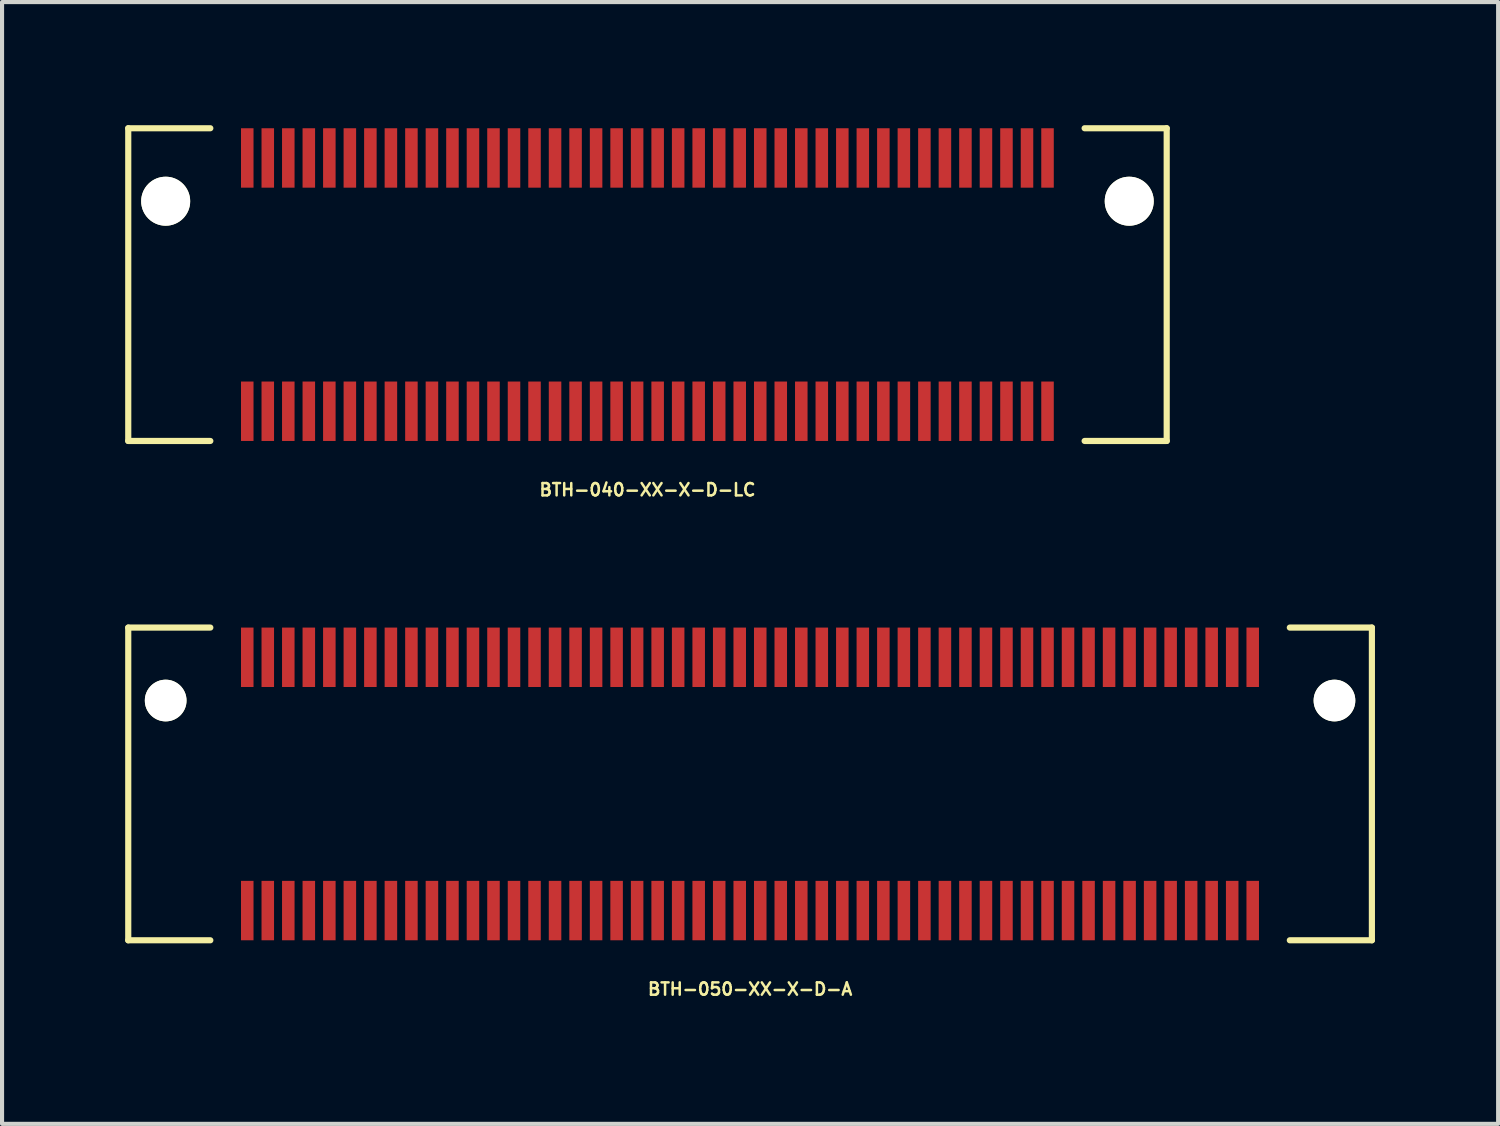
<source format=kicad_pcb>
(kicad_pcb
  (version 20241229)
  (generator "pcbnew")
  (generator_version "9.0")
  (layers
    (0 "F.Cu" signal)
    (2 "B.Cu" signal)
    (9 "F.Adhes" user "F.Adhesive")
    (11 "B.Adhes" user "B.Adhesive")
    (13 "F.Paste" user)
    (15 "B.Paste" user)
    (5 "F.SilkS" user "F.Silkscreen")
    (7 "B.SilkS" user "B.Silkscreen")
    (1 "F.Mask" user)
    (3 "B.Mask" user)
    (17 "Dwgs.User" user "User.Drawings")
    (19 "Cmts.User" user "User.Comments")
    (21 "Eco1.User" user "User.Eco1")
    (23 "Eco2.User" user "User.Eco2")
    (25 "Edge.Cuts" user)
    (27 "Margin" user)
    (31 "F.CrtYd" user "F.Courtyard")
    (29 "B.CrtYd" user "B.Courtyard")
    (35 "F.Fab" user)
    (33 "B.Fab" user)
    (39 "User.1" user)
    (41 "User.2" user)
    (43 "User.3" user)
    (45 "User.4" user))
  (footprint "BTH-040-XX-X-D-LC"
    (layer "F.Cu")
    (at 12.727 3.885)
    (property "Reference" "BTH-040-XX-X-D-LC" (at 0 5 0) (layer "F.SilkS") (effects (font (size 0.3 0.3) (thickness 0.061))))
    (attr smd)
    (fp_line (start -12.652 -3.81) (end -12.652 3.81) (stroke (width 0.15) (type solid)) (layer "F.SilkS"))
    (fp_line (start -12.652 3.81) (end -10.652 3.81) (stroke (width 0.15) (type solid)) (layer "F.SilkS"))
    (fp_line (start -10.652 -3.81) (end -12.652 -3.81) (stroke (width 0.15) (type solid)) (layer "F.SilkS"))
    (fp_line (start 10.652 -3.81) (end 12.652 -3.81) (stroke (width 0.15) (type solid)) (layer "F.SilkS"))
    (fp_line (start 12.652 -3.81) (end 12.652 3.81) (stroke (width 0.15) (type solid)) (layer "F.SilkS"))
    (fp_line (start 12.652 3.81) (end 10.652 3.81) (stroke (width 0.15) (type solid)) (layer "F.SilkS"))
    (pad "" np_thru_hole circle (at -11.74 -2.032) (size 1.194 1.194) (drill 1.194) (layers "*.Cu" "*.Mask" "F.SilkS"))
    (pad "" np_thru_hole circle (at 11.739 -2.032) (size 1.194 1.194) (drill 1.194) (layers "*.Cu" "*.Mask" "F.SilkS"))
    (pad "1" smd rect (at -9.752 -3.086) (size 0.305 1.448) (layers "F.Cu" "F.Mask" "F.Paste"))
    (pad "2" smd rect (at -9.752 3.086) (size 0.305 1.448) (layers "F.Cu" "F.Mask" "F.Paste"))
    (pad "3" smd rect (at -9.252 -3.086) (size 0.305 1.448) (layers "F.Cu" "F.Mask" "F.Paste"))
    (pad "4" smd rect (at -9.252 3.086) (size 0.305 1.448) (layers "F.Cu" "F.Mask" "F.Paste"))
    (pad "5" smd rect (at -8.752 -3.086) (size 0.305 1.448) (layers "F.Cu" "F.Mask" "F.Paste"))
    (pad "6" smd rect (at -8.752 3.086) (size 0.305 1.448) (layers "F.Cu" "F.Mask" "F.Paste"))
    (pad "7" smd rect (at -8.252 -3.086) (size 0.305 1.448) (layers "F.Cu" "F.Mask" "F.Paste"))
    (pad "8" smd rect (at -8.252 3.086) (size 0.305 1.448) (layers "F.Cu" "F.Mask" "F.Paste"))
    (pad "9" smd rect (at -7.752 -3.086) (size 0.305 1.448) (layers "F.Cu" "F.Mask" "F.Paste"))
    (pad "10" smd rect (at -7.752 3.086) (size 0.305 1.448) (layers "F.Cu" "F.Mask" "F.Paste"))
    (pad "11" smd rect (at -7.252 -3.086) (size 0.305 1.448) (layers "F.Cu" "F.Mask" "F.Paste"))
    (pad "12" smd rect (at -7.252 3.086) (size 0.305 1.448) (layers "F.Cu" "F.Mask" "F.Paste"))
    (pad "13" smd rect (at -6.752 -3.086) (size 0.305 1.448) (layers "F.Cu" "F.Mask" "F.Paste"))
    (pad "14" smd rect (at -6.752 3.086) (size 0.305 1.448) (layers "F.Cu" "F.Mask" "F.Paste"))
    (pad "15" smd rect (at -6.252 -3.086) (size 0.305 1.448) (layers "F.Cu" "F.Mask" "F.Paste"))
    (pad "16" smd rect (at -6.252 3.086) (size 0.305 1.448) (layers "F.Cu" "F.Mask" "F.Paste"))
    (pad "17" smd rect (at -5.752 -3.086) (size 0.305 1.448) (layers "F.Cu" "F.Mask" "F.Paste"))
    (pad "18" smd rect (at -5.752 3.086) (size 0.305 1.448) (layers "F.Cu" "F.Mask" "F.Paste"))
    (pad "19" smd rect (at -5.252 -3.086) (size 0.305 1.448) (layers "F.Cu" "F.Mask" "F.Paste"))
    (pad "20" smd rect (at -5.252 3.086) (size 0.305 1.448) (layers "F.Cu" "F.Mask" "F.Paste"))
    (pad "21" smd rect (at -4.752 -3.086) (size 0.305 1.448) (layers "F.Cu" "F.Mask" "F.Paste"))
    (pad "22" smd rect (at -4.752 3.086) (size 0.305 1.448) (layers "F.Cu" "F.Mask" "F.Paste"))
    (pad "23" smd rect (at -4.252 -3.086) (size 0.305 1.448) (layers "F.Cu" "F.Mask" "F.Paste"))
    (pad "24" smd rect (at -4.252 3.086) (size 0.305 1.448) (layers "F.Cu" "F.Mask" "F.Paste"))
    (pad "25" smd rect (at -3.752 -3.086) (size 0.305 1.448) (layers "F.Cu" "F.Mask" "F.Paste"))
    (pad "26" smd rect (at -3.752 3.086) (size 0.305 1.448) (layers "F.Cu" "F.Mask" "F.Paste"))
    (pad "27" smd rect (at -3.252 -3.086) (size 0.305 1.448) (layers "F.Cu" "F.Mask" "F.Paste"))
    (pad "28" smd rect (at -3.252 3.086) (size 0.305 1.448) (layers "F.Cu" "F.Mask" "F.Paste"))
    (pad "29" smd rect (at -2.752 -3.086) (size 0.305 1.448) (layers "F.Cu" "F.Mask" "F.Paste"))
    (pad "30" smd rect (at -2.752 3.086) (size 0.305 1.448) (layers "F.Cu" "F.Mask" "F.Paste"))
    (pad "31" smd rect (at -2.252 -3.086) (size 0.305 1.448) (layers "F.Cu" "F.Mask" "F.Paste"))
    (pad "32" smd rect (at -2.252 3.086) (size 0.305 1.448) (layers "F.Cu" "F.Mask" "F.Paste"))
    (pad "33" smd rect (at -1.752 -3.086) (size 0.305 1.448) (layers "F.Cu" "F.Mask" "F.Paste"))
    (pad "34" smd rect (at -1.752 3.086) (size 0.305 1.448) (layers "F.Cu" "F.Mask" "F.Paste"))
    (pad "35" smd rect (at -1.252 -3.086) (size 0.305 1.448) (layers "F.Cu" "F.Mask" "F.Paste"))
    (pad "36" smd rect (at -1.252 3.086) (size 0.305 1.448) (layers "F.Cu" "F.Mask" "F.Paste"))
    (pad "37" smd rect (at -0.752 -3.086) (size 0.305 1.448) (layers "F.Cu" "F.Mask" "F.Paste"))
    (pad "38" smd rect (at -0.752 3.086) (size 0.305 1.448) (layers "F.Cu" "F.Mask" "F.Paste"))
    (pad "39" smd rect (at -0.252 -3.086) (size 0.305 1.448) (layers "F.Cu" "F.Mask" "F.Paste"))
    (pad "40" smd rect (at -0.252 3.086) (size 0.305 1.448) (layers "F.Cu" "F.Mask" "F.Paste"))
    (pad "41" smd rect (at 0.248 -3.086) (size 0.305 1.448) (layers "F.Cu" "F.Mask" "F.Paste"))
    (pad "42" smd rect (at 0.248 3.086) (size 0.305 1.448) (layers "F.Cu" "F.Mask" "F.Paste"))
    (pad "43" smd rect (at 0.748 -3.086) (size 0.305 1.448) (layers "F.Cu" "F.Mask" "F.Paste"))
    (pad "44" smd rect (at 0.748 3.086) (size 0.305 1.448) (layers "F.Cu" "F.Mask" "F.Paste"))
    (pad "45" smd rect (at 1.248 -3.086) (size 0.305 1.448) (layers "F.Cu" "F.Mask" "F.Paste"))
    (pad "46" smd rect (at 1.248 3.086) (size 0.305 1.448) (layers "F.Cu" "F.Mask" "F.Paste"))
    (pad "47" smd rect (at 1.748 -3.086) (size 0.305 1.448) (layers "F.Cu" "F.Mask" "F.Paste"))
    (pad "48" smd rect (at 1.748 3.086) (size 0.305 1.448) (layers "F.Cu" "F.Mask" "F.Paste"))
    (pad "49" smd rect (at 2.248 -3.086) (size 0.305 1.448) (layers "F.Cu" "F.Mask" "F.Paste"))
    (pad "50" smd rect (at 2.248 3.086) (size 0.305 1.448) (layers "F.Cu" "F.Mask" "F.Paste"))
    (pad "51" smd rect (at 2.748 -3.086) (size 0.305 1.448) (layers "F.Cu" "F.Mask" "F.Paste"))
    (pad "52" smd rect (at 2.748 3.086) (size 0.305 1.448) (layers "F.Cu" "F.Mask" "F.Paste"))
    (pad "53" smd rect (at 3.248 -3.086) (size 0.305 1.448) (layers "F.Cu" "F.Mask" "F.Paste"))
    (pad "54" smd rect (at 3.248 3.086) (size 0.305 1.448) (layers "F.Cu" "F.Mask" "F.Paste"))
    (pad "55" smd rect (at 3.748 -3.086) (size 0.305 1.448) (layers "F.Cu" "F.Mask" "F.Paste"))
    (pad "56" smd rect (at 3.748 3.086) (size 0.305 1.448) (layers "F.Cu" "F.Mask" "F.Paste"))
    (pad "57" smd rect (at 4.248 -3.086) (size 0.305 1.448) (layers "F.Cu" "F.Mask" "F.Paste"))
    (pad "58" smd rect (at 4.248 3.086) (size 0.305 1.448) (layers "F.Cu" "F.Mask" "F.Paste"))
    (pad "59" smd rect (at 4.748 -3.086) (size 0.305 1.448) (layers "F.Cu" "F.Mask" "F.Paste"))
    (pad "60" smd rect (at 4.748 3.086) (size 0.305 1.448) (layers "F.Cu" "F.Mask" "F.Paste"))
    (pad "61" smd rect (at 5.248 -3.086) (size 0.305 1.448) (layers "F.Cu" "F.Mask" "F.Paste"))
    (pad "62" smd rect (at 5.248 3.086) (size 0.305 1.448) (layers "F.Cu" "F.Mask" "F.Paste"))
    (pad "63" smd rect (at 5.748 -3.086) (size 0.305 1.448) (layers "F.Cu" "F.Mask" "F.Paste"))
    (pad "64" smd rect (at 5.748 3.086) (size 0.305 1.448) (layers "F.Cu" "F.Mask" "F.Paste"))
    (pad "65" smd rect (at 6.248 -3.086) (size 0.305 1.448) (layers "F.Cu" "F.Mask" "F.Paste"))
    (pad "66" smd rect (at 6.248 3.086) (size 0.305 1.448) (layers "F.Cu" "F.Mask" "F.Paste"))
    (pad "67" smd rect (at 6.748 -3.086) (size 0.305 1.448) (layers "F.Cu" "F.Mask" "F.Paste"))
    (pad "68" smd rect (at 6.748 3.086) (size 0.305 1.448) (layers "F.Cu" "F.Mask" "F.Paste"))
    (pad "69" smd rect (at 7.248 -3.086) (size 0.305 1.448) (layers "F.Cu" "F.Mask" "F.Paste"))
    (pad "70" smd rect (at 7.248 3.086) (size 0.305 1.448) (layers "F.Cu" "F.Mask" "F.Paste"))
    (pad "71" smd rect (at 7.748 -3.086) (size 0.305 1.448) (layers "F.Cu" "F.Mask" "F.Paste"))
    (pad "72" smd rect (at 7.748 3.086) (size 0.305 1.448) (layers "F.Cu" "F.Mask" "F.Paste"))
    (pad "73" smd rect (at 8.248 -3.086) (size 0.305 1.448) (layers "F.Cu" "F.Mask" "F.Paste"))
    (pad "74" smd rect (at 8.248 3.086) (size 0.305 1.448) (layers "F.Cu" "F.Mask" "F.Paste"))
    (pad "75" smd rect (at 8.748 -3.086) (size 0.305 1.448) (layers "F.Cu" "F.Mask" "F.Paste"))
    (pad "76" smd rect (at 8.748 3.086) (size 0.305 1.448) (layers "F.Cu" "F.Mask" "F.Paste"))
    (pad "77" smd rect (at 9.248 -3.086) (size 0.305 1.448) (layers "F.Cu" "F.Mask" "F.Paste"))
    (pad "78" smd rect (at 9.248 3.086) (size 0.305 1.448) (layers "F.Cu" "F.Mask" "F.Paste"))
    (pad "79" smd rect (at 9.748 -3.086) (size 0.305 1.448) (layers "F.Cu" "F.Mask" "F.Paste"))
    (pad "80" smd rect (at 9.748 3.086) (size 0.305 1.448) (layers "F.Cu" "F.Mask" "F.Paste")))
  (footprint "BTH-050-XX-X-D-A"
    (layer "F.Cu")
    (at 15.227 16.052)
    (property "Reference" "BTH-050-XX-X-D-A" (at 0 5 0) (layer "F.SilkS") (effects (font (size 0.3 0.3) (thickness 0.061))))
    (attr smd)
    (fp_line (start -15.152 -3.81) (end -15.152 3.81) (stroke (width 0.15) (type solid)) (layer "F.SilkS"))
    (fp_line (start -15.152 3.81) (end -13.152 3.81) (stroke (width 0.15) (type solid)) (layer "F.SilkS"))
    (fp_line (start -13.152 -3.81) (end -15.152 -3.81) (stroke (width 0.15) (type solid)) (layer "F.SilkS"))
    (fp_line (start 13.152 -3.81) (end 15.152 -3.81) (stroke (width 0.15) (type solid)) (layer "F.SilkS"))
    (fp_line (start 15.152 -3.81) (end 15.152 3.81) (stroke (width 0.15) (type solid)) (layer "F.SilkS"))
    (fp_line (start 15.152 3.81) (end 13.152 3.81) (stroke (width 0.15) (type solid)) (layer "F.SilkS"))
    (pad "" np_thru_hole circle (at -14.24 -2.032) (size 1.016 1.016) (drill 1.016) (layers "*.Cu" "*.Mask" "F.SilkS"))
    (pad "" np_thru_hole circle (at 14.24 -2.032) (size 1.016 1.016) (drill 1.016) (layers "*.Cu" "*.Mask" "F.SilkS"))
    (pad "1" smd rect (at -12.252 -3.086) (size 0.305 1.448) (layers "F.Cu" "F.Mask" "F.Paste"))
    (pad "2" smd rect (at -12.252 3.086) (size 0.305 1.448) (layers "F.Cu" "F.Mask" "F.Paste"))
    (pad "3" smd rect (at -11.752 -3.086) (size 0.305 1.448) (layers "F.Cu" "F.Mask" "F.Paste"))
    (pad "4" smd rect (at -11.752 3.086) (size 0.305 1.448) (layers "F.Cu" "F.Mask" "F.Paste"))
    (pad "5" smd rect (at -11.252 -3.086) (size 0.305 1.448) (layers "F.Cu" "F.Mask" "F.Paste"))
    (pad "6" smd rect (at -11.252 3.086) (size 0.305 1.448) (layers "F.Cu" "F.Mask" "F.Paste"))
    (pad "7" smd rect (at -10.752 -3.086) (size 0.305 1.448) (layers "F.Cu" "F.Mask" "F.Paste"))
    (pad "8" smd rect (at -10.752 3.086) (size 0.305 1.448) (layers "F.Cu" "F.Mask" "F.Paste"))
    (pad "9" smd rect (at -10.252 -3.086) (size 0.305 1.448) (layers "F.Cu" "F.Mask" "F.Paste"))
    (pad "10" smd rect (at -10.252 3.086) (size 0.305 1.448) (layers "F.Cu" "F.Mask" "F.Paste"))
    (pad "11" smd rect (at -9.752 -3.086) (size 0.305 1.448) (layers "F.Cu" "F.Mask" "F.Paste"))
    (pad "12" smd rect (at -9.752 3.086) (size 0.305 1.448) (layers "F.Cu" "F.Mask" "F.Paste"))
    (pad "13" smd rect (at -9.252 -3.086) (size 0.305 1.448) (layers "F.Cu" "F.Mask" "F.Paste"))
    (pad "14" smd rect (at -9.252 3.086) (size 0.305 1.448) (layers "F.Cu" "F.Mask" "F.Paste"))
    (pad "15" smd rect (at -8.752 -3.086) (size 0.305 1.448) (layers "F.Cu" "F.Mask" "F.Paste"))
    (pad "16" smd rect (at -8.752 3.086) (size 0.305 1.448) (layers "F.Cu" "F.Mask" "F.Paste"))
    (pad "17" smd rect (at -8.252 -3.086) (size 0.305 1.448) (layers "F.Cu" "F.Mask" "F.Paste"))
    (pad "18" smd rect (at -8.252 3.086) (size 0.305 1.448) (layers "F.Cu" "F.Mask" "F.Paste"))
    (pad "19" smd rect (at -7.752 -3.086) (size 0.305 1.448) (layers "F.Cu" "F.Mask" "F.Paste"))
    (pad "20" smd rect (at -7.752 3.086) (size 0.305 1.448) (layers "F.Cu" "F.Mask" "F.Paste"))
    (pad "21" smd rect (at -7.252 -3.086) (size 0.305 1.448) (layers "F.Cu" "F.Mask" "F.Paste"))
    (pad "22" smd rect (at -7.252 3.086) (size 0.305 1.448) (layers "F.Cu" "F.Mask" "F.Paste"))
    (pad "23" smd rect (at -6.752 -3.086) (size 0.305 1.448) (layers "F.Cu" "F.Mask" "F.Paste"))
    (pad "24" smd rect (at -6.752 3.086) (size 0.305 1.448) (layers "F.Cu" "F.Mask" "F.Paste"))
    (pad "25" smd rect (at -6.252 -3.086) (size 0.305 1.448) (layers "F.Cu" "F.Mask" "F.Paste"))
    (pad "26" smd rect (at -6.252 3.086) (size 0.305 1.448) (layers "F.Cu" "F.Mask" "F.Paste"))
    (pad "27" smd rect (at -5.752 -3.086) (size 0.305 1.448) (layers "F.Cu" "F.Mask" "F.Paste"))
    (pad "28" smd rect (at -5.752 3.086) (size 0.305 1.448) (layers "F.Cu" "F.Mask" "F.Paste"))
    (pad "29" smd rect (at -5.252 -3.086) (size 0.305 1.448) (layers "F.Cu" "F.Mask" "F.Paste"))
    (pad "30" smd rect (at -5.252 3.086) (size 0.305 1.448) (layers "F.Cu" "F.Mask" "F.Paste"))
    (pad "31" smd rect (at -4.752 -3.086) (size 0.305 1.448) (layers "F.Cu" "F.Mask" "F.Paste"))
    (pad "32" smd rect (at -4.752 3.086) (size 0.305 1.448) (layers "F.Cu" "F.Mask" "F.Paste"))
    (pad "33" smd rect (at -4.252 -3.086) (size 0.305 1.448) (layers "F.Cu" "F.Mask" "F.Paste"))
    (pad "34" smd rect (at -4.252 3.086) (size 0.305 1.448) (layers "F.Cu" "F.Mask" "F.Paste"))
    (pad "35" smd rect (at -3.752 -3.086) (size 0.305 1.448) (layers "F.Cu" "F.Mask" "F.Paste"))
    (pad "36" smd rect (at -3.752 3.086) (size 0.305 1.448) (layers "F.Cu" "F.Mask" "F.Paste"))
    (pad "37" smd rect (at -3.252 -3.086) (size 0.305 1.448) (layers "F.Cu" "F.Mask" "F.Paste"))
    (pad "38" smd rect (at -3.252 3.086) (size 0.305 1.448) (layers "F.Cu" "F.Mask" "F.Paste"))
    (pad "39" smd rect (at -2.752 -3.086) (size 0.305 1.448) (layers "F.Cu" "F.Mask" "F.Paste"))
    (pad "40" smd rect (at -2.752 3.086) (size 0.305 1.448) (layers "F.Cu" "F.Mask" "F.Paste"))
    (pad "41" smd rect (at -2.252 -3.086) (size 0.305 1.448) (layers "F.Cu" "F.Mask" "F.Paste"))
    (pad "42" smd rect (at -2.252 3.086) (size 0.305 1.448) (layers "F.Cu" "F.Mask" "F.Paste"))
    (pad "43" smd rect (at -1.752 -3.086) (size 0.305 1.448) (layers "F.Cu" "F.Mask" "F.Paste"))
    (pad "44" smd rect (at -1.752 3.086) (size 0.305 1.448) (layers "F.Cu" "F.Mask" "F.Paste"))
    (pad "45" smd rect (at -1.252 -3.086) (size 0.305 1.448) (layers "F.Cu" "F.Mask" "F.Paste"))
    (pad "46" smd rect (at -1.252 3.086) (size 0.305 1.448) (layers "F.Cu" "F.Mask" "F.Paste"))
    (pad "47" smd rect (at -0.752 -3.086) (size 0.305 1.448) (layers "F.Cu" "F.Mask" "F.Paste"))
    (pad "48" smd rect (at -0.752 3.086) (size 0.305 1.448) (layers "F.Cu" "F.Mask" "F.Paste"))
    (pad "49" smd rect (at -0.252 -3.086) (size 0.305 1.448) (layers "F.Cu" "F.Mask" "F.Paste"))
    (pad "50" smd rect (at -0.252 3.086) (size 0.305 1.448) (layers "F.Cu" "F.Mask" "F.Paste"))
    (pad "51" smd rect (at 0.248 -3.086) (size 0.305 1.448) (layers "F.Cu" "F.Mask" "F.Paste"))
    (pad "52" smd rect (at 0.248 3.086) (size 0.305 1.448) (layers "F.Cu" "F.Mask" "F.Paste"))
    (pad "53" smd rect (at 0.748 -3.086) (size 0.305 1.448) (layers "F.Cu" "F.Mask" "F.Paste"))
    (pad "54" smd rect (at 0.748 3.086) (size 0.305 1.448) (layers "F.Cu" "F.Mask" "F.Paste"))
    (pad "55" smd rect (at 1.248 -3.086) (size 0.305 1.448) (layers "F.Cu" "F.Mask" "F.Paste"))
    (pad "56" smd rect (at 1.248 3.086) (size 0.305 1.448) (layers "F.Cu" "F.Mask" "F.Paste"))
    (pad "57" smd rect (at 1.748 -3.086) (size 0.305 1.448) (layers "F.Cu" "F.Mask" "F.Paste"))
    (pad "58" smd rect (at 1.748 3.086) (size 0.305 1.448) (layers "F.Cu" "F.Mask" "F.Paste"))
    (pad "59" smd rect (at 2.248 -3.086) (size 0.305 1.448) (layers "F.Cu" "F.Mask" "F.Paste"))
    (pad "60" smd rect (at 2.248 3.086) (size 0.305 1.448) (layers "F.Cu" "F.Mask" "F.Paste"))
    (pad "61" smd rect (at 2.748 -3.086) (size 0.305 1.448) (layers "F.Cu" "F.Mask" "F.Paste"))
    (pad "62" smd rect (at 2.748 3.086) (size 0.305 1.448) (layers "F.Cu" "F.Mask" "F.Paste"))
    (pad "63" smd rect (at 3.248 -3.086) (size 0.305 1.448) (layers "F.Cu" "F.Mask" "F.Paste"))
    (pad "64" smd rect (at 3.248 3.086) (size 0.305 1.448) (layers "F.Cu" "F.Mask" "F.Paste"))
    (pad "65" smd rect (at 3.748 -3.086) (size 0.305 1.448) (layers "F.Cu" "F.Mask" "F.Paste"))
    (pad "66" smd rect (at 3.748 3.086) (size 0.305 1.448) (layers "F.Cu" "F.Mask" "F.Paste"))
    (pad "67" smd rect (at 4.248 -3.086) (size 0.305 1.448) (layers "F.Cu" "F.Mask" "F.Paste"))
    (pad "68" smd rect (at 4.248 3.086) (size 0.305 1.448) (layers "F.Cu" "F.Mask" "F.Paste"))
    (pad "69" smd rect (at 4.748 -3.086) (size 0.305 1.448) (layers "F.Cu" "F.Mask" "F.Paste"))
    (pad "70" smd rect (at 4.748 3.086) (size 0.305 1.448) (layers "F.Cu" "F.Mask" "F.Paste"))
    (pad "71" smd rect (at 5.248 -3.086) (size 0.305 1.448) (layers "F.Cu" "F.Mask" "F.Paste"))
    (pad "72" smd rect (at 5.248 3.086) (size 0.305 1.448) (layers "F.Cu" "F.Mask" "F.Paste"))
    (pad "73" smd rect (at 5.748 -3.086) (size 0.305 1.448) (layers "F.Cu" "F.Mask" "F.Paste"))
    (pad "74" smd rect (at 5.748 3.086) (size 0.305 1.448) (layers "F.Cu" "F.Mask" "F.Paste"))
    (pad "75" smd rect (at 6.248 -3.086) (size 0.305 1.448) (layers "F.Cu" "F.Mask" "F.Paste"))
    (pad "76" smd rect (at 6.248 3.086) (size 0.305 1.448) (layers "F.Cu" "F.Mask" "F.Paste"))
    (pad "77" smd rect (at 6.748 -3.086) (size 0.305 1.448) (layers "F.Cu" "F.Mask" "F.Paste"))
    (pad "78" smd rect (at 6.748 3.086) (size 0.305 1.448) (layers "F.Cu" "F.Mask" "F.Paste"))
    (pad "79" smd rect (at 7.248 -3.086) (size 0.305 1.448) (layers "F.Cu" "F.Mask" "F.Paste"))
    (pad "80" smd rect (at 7.248 3.086) (size 0.305 1.448) (layers "F.Cu" "F.Mask" "F.Paste"))
    (pad "81" smd rect (at 7.748 -3.086) (size 0.305 1.448) (layers "F.Cu" "F.Mask" "F.Paste"))
    (pad "82" smd rect (at 7.748 3.086) (size 0.305 1.448) (layers "F.Cu" "F.Mask" "F.Paste"))
    (pad "83" smd rect (at 8.248 -3.086) (size 0.305 1.448) (layers "F.Cu" "F.Mask" "F.Paste"))
    (pad "84" smd rect (at 8.248 3.086) (size 0.305 1.448) (layers "F.Cu" "F.Mask" "F.Paste"))
    (pad "85" smd rect (at 8.748 -3.086) (size 0.305 1.448) (layers "F.Cu" "F.Mask" "F.Paste"))
    (pad "86" smd rect (at 8.748 3.086) (size 0.305 1.448) (layers "F.Cu" "F.Mask" "F.Paste"))
    (pad "87" smd rect (at 9.248 -3.086) (size 0.305 1.448) (layers "F.Cu" "F.Mask" "F.Paste"))
    (pad "88" smd rect (at 9.248 3.086) (size 0.305 1.448) (layers "F.Cu" "F.Mask" "F.Paste"))
    (pad "89" smd rect (at 9.748 -3.086) (size 0.305 1.448) (layers "F.Cu" "F.Mask" "F.Paste"))
    (pad "90" smd rect (at 9.748 3.086) (size 0.305 1.448) (layers "F.Cu" "F.Mask" "F.Paste"))
    (pad "91" smd rect (at 10.248 -3.086) (size 0.305 1.448) (layers "F.Cu" "F.Mask" "F.Paste"))
    (pad "92" smd rect (at 10.248 3.086) (size 0.305 1.448) (layers "F.Cu" "F.Mask" "F.Paste"))
    (pad "93" smd rect (at 10.748 -3.086) (size 0.305 1.448) (layers "F.Cu" "F.Mask" "F.Paste"))
    (pad "94" smd rect (at 10.748 3.086) (size 0.305 1.448) (layers "F.Cu" "F.Mask" "F.Paste"))
    (pad "95" smd rect (at 11.248 -3.086) (size 0.305 1.448) (layers "F.Cu" "F.Mask" "F.Paste"))
    (pad "96" smd rect (at 11.248 3.086) (size 0.305 1.448) (layers "F.Cu" "F.Mask" "F.Paste"))
    (pad "97" smd rect (at 11.748 -3.086) (size 0.305 1.448) (layers "F.Cu" "F.Mask" "F.Paste"))
    (pad "98" smd rect (at 11.748 3.086) (size 0.305 1.448) (layers "F.Cu" "F.Mask" "F.Paste"))
    (pad "99" smd rect (at 12.248 -3.086) (size 0.305 1.448) (layers "F.Cu" "F.Mask" "F.Paste"))
    (pad "100" smd rect (at 12.248 3.086) (size 0.305 1.448) (layers "F.Cu" "F.Mask" "F.Paste")))
  (gr_rect
    (start -3 -3)
    (end 33.455 24.335)
    (stroke (width 0.1) (type default))
    (fill no)
    (layer "Edge.Cuts")))
</source>
